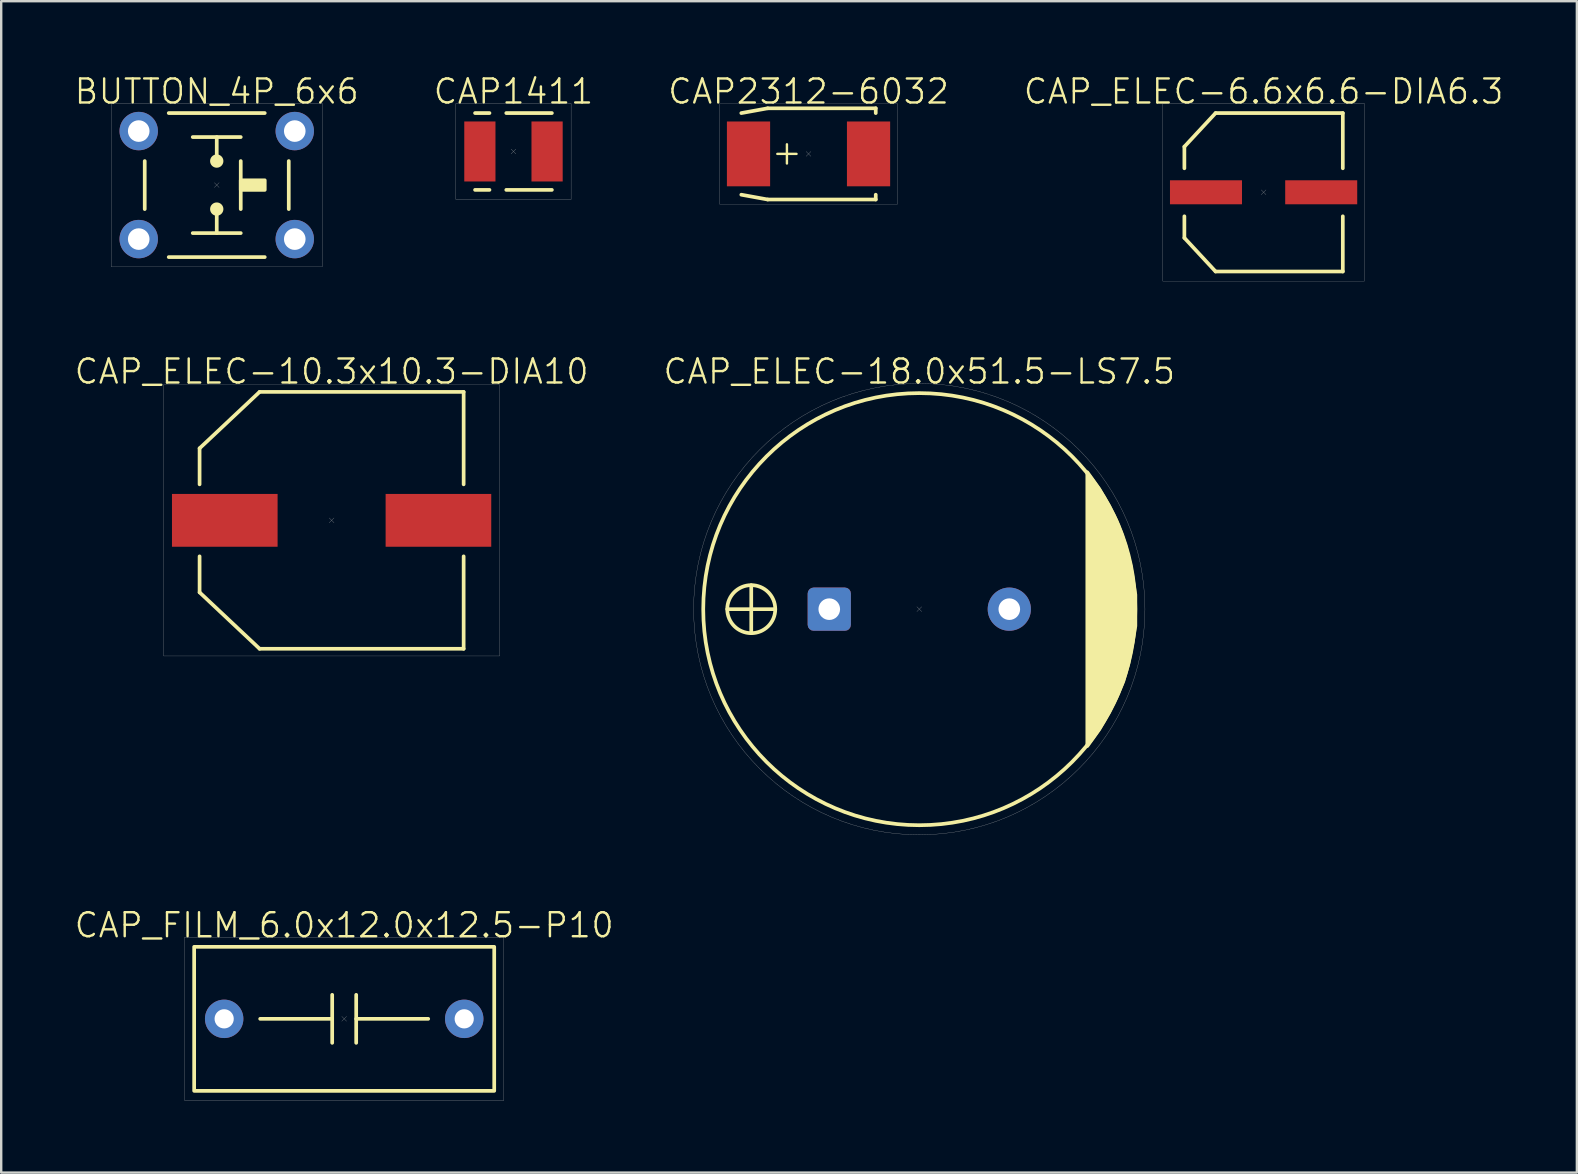
<source format=kicad_pcb>
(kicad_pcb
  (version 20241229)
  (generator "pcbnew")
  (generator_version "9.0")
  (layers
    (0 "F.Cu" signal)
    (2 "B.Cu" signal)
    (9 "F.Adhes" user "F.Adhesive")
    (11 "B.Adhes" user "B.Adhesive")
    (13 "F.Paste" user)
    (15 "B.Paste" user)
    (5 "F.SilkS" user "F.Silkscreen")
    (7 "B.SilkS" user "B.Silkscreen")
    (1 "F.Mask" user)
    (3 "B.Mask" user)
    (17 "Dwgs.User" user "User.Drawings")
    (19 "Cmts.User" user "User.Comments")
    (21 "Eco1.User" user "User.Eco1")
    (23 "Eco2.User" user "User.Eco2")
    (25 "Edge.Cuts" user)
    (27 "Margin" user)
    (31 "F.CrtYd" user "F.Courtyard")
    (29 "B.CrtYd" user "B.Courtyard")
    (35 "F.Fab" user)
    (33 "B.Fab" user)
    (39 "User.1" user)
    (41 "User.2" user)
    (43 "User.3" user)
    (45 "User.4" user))
  (footprint "CAP1411"
    (layer "F.Cu")
    (at 18.34 3.26)
    (property "Reference" "CAP1411" (at 0 -2.5 0) (unlocked yes) (layer "F.SilkS") (effects (font (size 1 1) (thickness 0.1))))
    (attr smd)
    (fp_line (start -1.6 -1.6) (end -1 -1.6) (stroke (width 0.154) (type default)) (layer "F.SilkS"))
    (fp_line (start -1.6 1.6) (end -1 1.6) (stroke (width 0.154) (type default)) (layer "F.SilkS"))
    (fp_line (start -0.3 -1.6) (end 1.6 -1.6) (stroke (width 0.154) (type default)) (layer "F.SilkS"))
    (fp_line (start -0.3 1.6) (end 1.6 1.6) (stroke (width 0.154) (type default)) (layer "F.SilkS"))
    (fp_line (start -0.1 -0.1) (end 0.1 0.1) (stroke (width 0.01) (type default)) (layer "F.Fab"))
    (fp_line (start 0.1 -0.1) (end -0.1 0.1) (stroke (width 0.01) (type default)) (layer "F.Fab"))
    (fp_rect (start -2.4 -2) (end 2.4 2) (stroke (width 0.01) (type default)) (fill no) (layer "F.Fab"))
    (pad "+" smd rect (at -1.4 0) (size 1.3 2.5) (layers "F.Cu" "F.Mask" "F.Paste"))
    (pad "-" smd rect (at 1.4 0) (size 1.3 2.5) (layers "F.Cu" "F.Mask" "F.Paste")))
  (footprint "CAP_ELEC-10.3x10.3-DIA10"
    (layer "F.Cu")
    (at 10.764 18.626)
    (property "Reference" "CAP_ELEC-10.3x10.3-DIA10" (at 0 -6.2 0) (unlocked yes) (layer "F.SilkS") (effects (font (size 1 1) (thickness 0.1))))
    (attr smd)
    (fp_line (start -5.5 -3) (end -5.5 -1.5) (stroke (width 0.154) (type default)) (layer "F.SilkS"))
    (fp_line (start -5.5 1.5) (end -5.5 3) (stroke (width 0.154) (type default)) (layer "F.SilkS"))
    (fp_line (start -5.5 3) (end -3 5.35) (stroke (width 0.154) (type default)) (layer "F.SilkS"))
    (fp_line (start -3 -5.35) (end -5.5 -3) (stroke (width 0.154) (type default)) (layer "F.SilkS"))
    (fp_line (start -3 5.35) (end 5.5 5.35) (stroke (width 0.154) (type default)) (layer "F.SilkS"))
    (fp_line (start 5.5 -5.35) (end -3 -5.35) (stroke (width 0.154) (type default)) (layer "F.SilkS"))
    (fp_line (start 5.5 -1.5) (end 5.5 -5.35) (stroke (width 0.154) (type default)) (layer "F.SilkS"))
    (fp_line (start 5.5 5.35) (end 5.5 1.5) (stroke (width 0.154) (type default)) (layer "F.SilkS"))
    (fp_line (start -0.1 -0.1) (end 0.1 0.1) (stroke (width 0.01) (type default)) (layer "F.Fab"))
    (fp_line (start 0.1 -0.1) (end -0.1 0.1) (stroke (width 0.01) (type default)) (layer "F.Fab"))
    (fp_rect (start -7 -5.65) (end 7 5.65) (stroke (width 0.01) (type default)) (fill no) (layer "F.Fab"))
    (pad "+" smd rect (at -4.45 0) (size 4.4 2.2) (layers "F.Cu" "F.Mask" "F.Paste"))
    (pad "-" smd rect (at 4.45 0) (size 4.4 2.2) (layers "F.Cu" "F.Mask" "F.Paste")))
  (footprint "CAP_ELEC-18.0x51.5-LS7.5"
    (layer "F.Cu")
    (at 35.245 22.326)
    (property "Reference" "CAP_ELEC-18.0x51.5-LS7.5" (at 0 -9.9 0) (unlocked yes) (layer "F.SilkS") (effects (font (size 1 1) (thickness 0.1))))
    (attr through_hole)
    (fp_line (start -8 0) (end -6 0) (stroke (width 0.154) (type default)) (layer "F.SilkS"))
    (fp_line (start -7 -1) (end -7 1) (stroke (width 0.154) (type default)) (layer "F.SilkS"))
    (fp_circle (center -7 0) (end -6 0) (stroke (width 0.154) (type default)) (fill no) (layer "F.SilkS"))
    (fp_circle (center 0 0) (end 9 0) (stroke (width 0.154) (type default)) (fill no) (layer "F.SilkS"))
    (fp_poly (pts (xy 7 -5.7) (xy 7 5.7) (xy 7.5 5) (xy 7.9 4.3) (xy 8.2 3.7) (xy 8.5 3) (xy 8.7 2.3) (xy 8.9 1.3) (xy 9 0.7) (xy 9 -0.6) (xy 8.8 -1.8) (xy 8.6 -2.6) (xy 8.4 -3.2) (xy 8.2 -3.7) (xy 7.9 -4.3) (xy 7.5 -5)) (stroke (width 0.154) (type solid)) (fill yes) (layer "F.SilkS"))
    (fp_line (start -0.1 -0.1) (end 0.1 0.1) (stroke (width 0.01) (type default)) (layer "F.Fab"))
    (fp_line (start 0.1 -0.1) (end -0.1 0.1) (stroke (width 0.01) (type default)) (layer "F.Fab"))
    (fp_circle (center 0 0) (end 9.4 0) (stroke (width 0.01) (type default)) (fill no) (layer "F.Fab"))
    (pad "+" thru_hole roundrect (at -3.75 0) (size 1.8 1.8) (drill 0.9) (layers "*.Cu" "*.Mask") (roundrect_rratio 0.139))
    (pad "-" thru_hole circle (at 3.75 0) (size 1.8 1.8) (drill 0.9) (layers "*.Cu" "*.Mask")))
  (footprint "CAP_FILM_6.0x12.0x12.5-P10"
    (layer "F.Cu")
    (at 11.288 39.392)
    (property "Reference" "CAP_FILM_6.0x12.0x12.5-P10" (at 0 -3.9 0) (unlocked yes) (layer "F.SilkS") (effects (font (size 1 1) (thickness 0.1))))
    (attr through_hole)
    (fp_line (start -0.5 -1) (end -0.5 1) (stroke (width 0.154) (type default)) (layer "F.SilkS"))
    (fp_line (start -0.5 0) (end -3.5 0) (stroke (width 0.154) (type default)) (layer "F.SilkS"))
    (fp_line (start 0.5 -1) (end 0.5 1) (stroke (width 0.154) (type default)) (layer "F.SilkS"))
    (fp_line (start 0.5 0) (end 3.5 0) (stroke (width 0.154) (type default)) (layer "F.SilkS"))
    (fp_rect (start -6.25 -3) (end 6.25 3) (stroke (width 0.154) (type default)) (fill no) (layer "F.SilkS"))
    (fp_line (start -0.1 -0.1) (end 0.1 0.1) (stroke (width 0.01) (type default)) (layer "F.Fab"))
    (fp_line (start 0.1 -0.1) (end -0.1 0.1) (stroke (width 0.01) (type default)) (layer "F.Fab"))
    (fp_rect (start -6.65 -3.4) (end 6.65 3.4) (stroke (width 0.01) (type default)) (fill no) (layer "F.Fab"))
    (pad "1" thru_hole circle (at -5 0) (size 1.6 1.6) (drill 0.8) (layers "*.Cu" "*.Mask"))
    (pad "2" thru_hole circle (at 5 0) (size 1.6 1.6) (drill 0.8) (layers "*.Cu" "*.Mask")))
  (footprint "CAP2312-6032"
    (layer "F.Cu")
    (at 30.631 3.361)
    (property "Reference" "CAP2312-6032" (at 0 -2.6 0) (unlocked yes) (layer "F.SilkS") (effects (font (size 1 1) (thickness 0.1))))
    (attr smd)
    (fp_line (start -2.8 -1.7) (end -1.7 -1.9) (stroke (width 0.154) (type default)) (layer "F.SilkS"))
    (fp_line (start -2.8 1.7) (end -1.7 1.9) (stroke (width 0.154) (type default)) (layer "F.SilkS"))
    (fp_line (start -1.7 -1.9) (end 2.8 -1.9) (stroke (width 0.154) (type default)) (layer "F.SilkS"))
    (fp_line (start -1.7 1.9) (end 2.8 1.9) (stroke (width 0.154) (type default)) (layer "F.SilkS"))
    (fp_line (start -1.3 0) (end -0.5 0) (stroke (width 0.1) (type default)) (layer "F.SilkS"))
    (fp_line (start -0.9 0.4) (end -0.9 -0.4) (stroke (width 0.1) (type default)) (layer "F.SilkS"))
    (fp_line (start 2.8 -1.9) (end 2.8 -1.7) (stroke (width 0.154) (type default)) (layer "F.SilkS"))
    (fp_line (start 2.8 1.7) (end 2.8 1.9) (stroke (width 0.154) (type default)) (layer "F.SilkS"))
    (fp_line (start -0.1 -0.1) (end 0.1 0.1) (stroke (width 0.01) (type default)) (layer "F.Fab"))
    (fp_line (start 0.1 -0.1) (end -0.1 0.1) (stroke (width 0.01) (type default)) (layer "F.Fab"))
    (fp_rect (start -3.7 -2.1) (end 3.7 2.1) (stroke (width 0.01) (type default)) (fill no) (layer "F.Fab"))
    (pad "+" smd rect (at -2.5 0 90) (size 2.7 1.8) (layers "F.Cu" "F.Mask" "F.Paste"))
    (pad "-" smd rect (at 2.5 0 90) (size 2.7 1.8) (layers "F.Cu" "F.Mask" "F.Paste")))
  (footprint "BUTTON_4P_6x6"
    (layer "F.Cu")
    (at 5.979 4.66)
    (property "Reference" "BUTTON_4P_6x6" (at 0 -3.9 0) (unlocked yes) (layer "F.SilkS") (effects (font (size 1 1) (thickness 0.1))))
    (attr through_hole)
    (fp_line (start -3 1) (end -3 -1) (stroke (width 0.154) (type default)) (layer "F.SilkS"))
    (fp_line (start -2 -3) (end 2 -3) (stroke (width 0.154) (type default)) (layer "F.SilkS"))
    (fp_line (start -2 3) (end 2 3) (stroke (width 0.154) (type default)) (layer "F.SilkS"))
    (fp_line (start -1 -2) (end 1 -2) (stroke (width 0.154) (type default)) (layer "F.SilkS"))
    (fp_line (start -1 2) (end 1 2) (stroke (width 0.154) (type default)) (layer "F.SilkS"))
    (fp_line (start 0 -2) (end 0 -1) (stroke (width 0.154) (type default)) (layer "F.SilkS"))
    (fp_line (start 0 1) (end 0 2) (stroke (width 0.154) (type default)) (layer "F.SilkS"))
    (fp_line (start 1 -1) (end 1 1) (stroke (width 0.154) (type default)) (layer "F.SilkS"))
    (fp_line (start 3 1) (end 3 -1) (stroke (width 0.154) (type default)) (layer "F.SilkS"))
    (fp_rect (start 1 -0.2) (end 2 0.2) (stroke (width 0.154) (type solid)) (fill yes) (layer "F.SilkS"))
    (fp_circle (center 0 -1) (end 0.2 -1) (stroke (width 0.154) (type solid)) (fill yes) (layer "F.SilkS"))
    (fp_circle (center 0 1) (end 0.2 1) (stroke (width 0.154) (type solid)) (fill yes) (layer "F.SilkS"))
    (fp_line (start -0.1 -0.1) (end 0.1 0.1) (stroke (width 0.01) (type default)) (layer "F.Fab"))
    (fp_line (start 0.1 -0.1) (end -0.1 0.1) (stroke (width 0.01) (type default)) (layer "F.Fab"))
    (fp_rect (start -4.4 -3.4) (end 4.4 3.4) (stroke (width 0.01) (type default)) (fill no) (layer "F.Fab"))
    (pad "1" thru_hole circle (at -3.25 -2.25) (size 1.6 1.6) (drill 0.9) (layers "*.Cu" "*.Mask"))
    (pad "2" thru_hole circle (at 3.25 -2.25) (size 1.6 1.6) (drill 0.9) (layers "*.Cu" "*.Mask"))
    (pad "3" thru_hole circle (at -3.25 2.25) (size 1.6 1.6) (drill 0.9) (layers "*.Cu" "*.Mask"))
    (pad "4" thru_hole circle (at 3.25 2.25) (size 1.6 1.6) (drill 0.9) (layers "*.Cu" "*.Mask")))
  (footprint "CAP_ELEC-6.6x6.6-DIA6.3"
    (layer "F.Cu")
    (at 49.588 4.96)
    (property "Reference" "CAP_ELEC-6.6x6.6-DIA6.3" (at 0 -4.2 0) (unlocked yes) (layer "F.SilkS") (effects (font (size 1 1) (thickness 0.1))))
    (attr smd)
    (fp_line (start -3.3 -1.9) (end -3.3 -1) (stroke (width 0.154) (type default)) (layer "F.SilkS"))
    (fp_line (start -3.3 1) (end -3.3 1.9) (stroke (width 0.154) (type default)) (layer "F.SilkS"))
    (fp_line (start -3.3 1.9) (end -2 3.3) (stroke (width 0.154) (type default)) (layer "F.SilkS"))
    (fp_line (start -2 -3.3) (end -3.3 -1.9) (stroke (width 0.154) (type default)) (layer "F.SilkS"))
    (fp_line (start -2 -3.3) (end 3.3 -3.3) (stroke (width 0.154) (type default)) (layer "F.SilkS"))
    (fp_line (start -2 3.3) (end 3.3 3.3) (stroke (width 0.154) (type default)) (layer "F.SilkS"))
    (fp_line (start 3.3 -1) (end 3.3 -3.3) (stroke (width 0.154) (type default)) (layer "F.SilkS"))
    (fp_line (start 3.3 3.3) (end 3.3 1) (stroke (width 0.154) (type default)) (layer "F.SilkS"))
    (fp_line (start -0.1 -0.1) (end 0.1 0.1) (stroke (width 0.01) (type default)) (layer "F.Fab"))
    (fp_line (start 0.1 -0.1) (end -0.1 0.1) (stroke (width 0.01) (type default)) (layer "F.Fab"))
    (fp_rect (start -4.2 -3.7) (end 4.2 3.7) (stroke (width 0.01) (type default)) (fill no) (layer "F.Fab"))
    (pad "+" smd rect (at -2.4 0) (size 3 1) (layers "F.Cu" "F.Mask" "F.Paste"))
    (pad "-" smd rect (at 2.4 0) (size 3 1) (layers "F.Cu" "F.Mask" "F.Paste")))
  (gr_rect
    (start -3 -3)
    (end 62.638 45.797)
    (stroke (width 0.1) (type default))
    (fill no)
    (layer "Edge.Cuts")))
</source>
